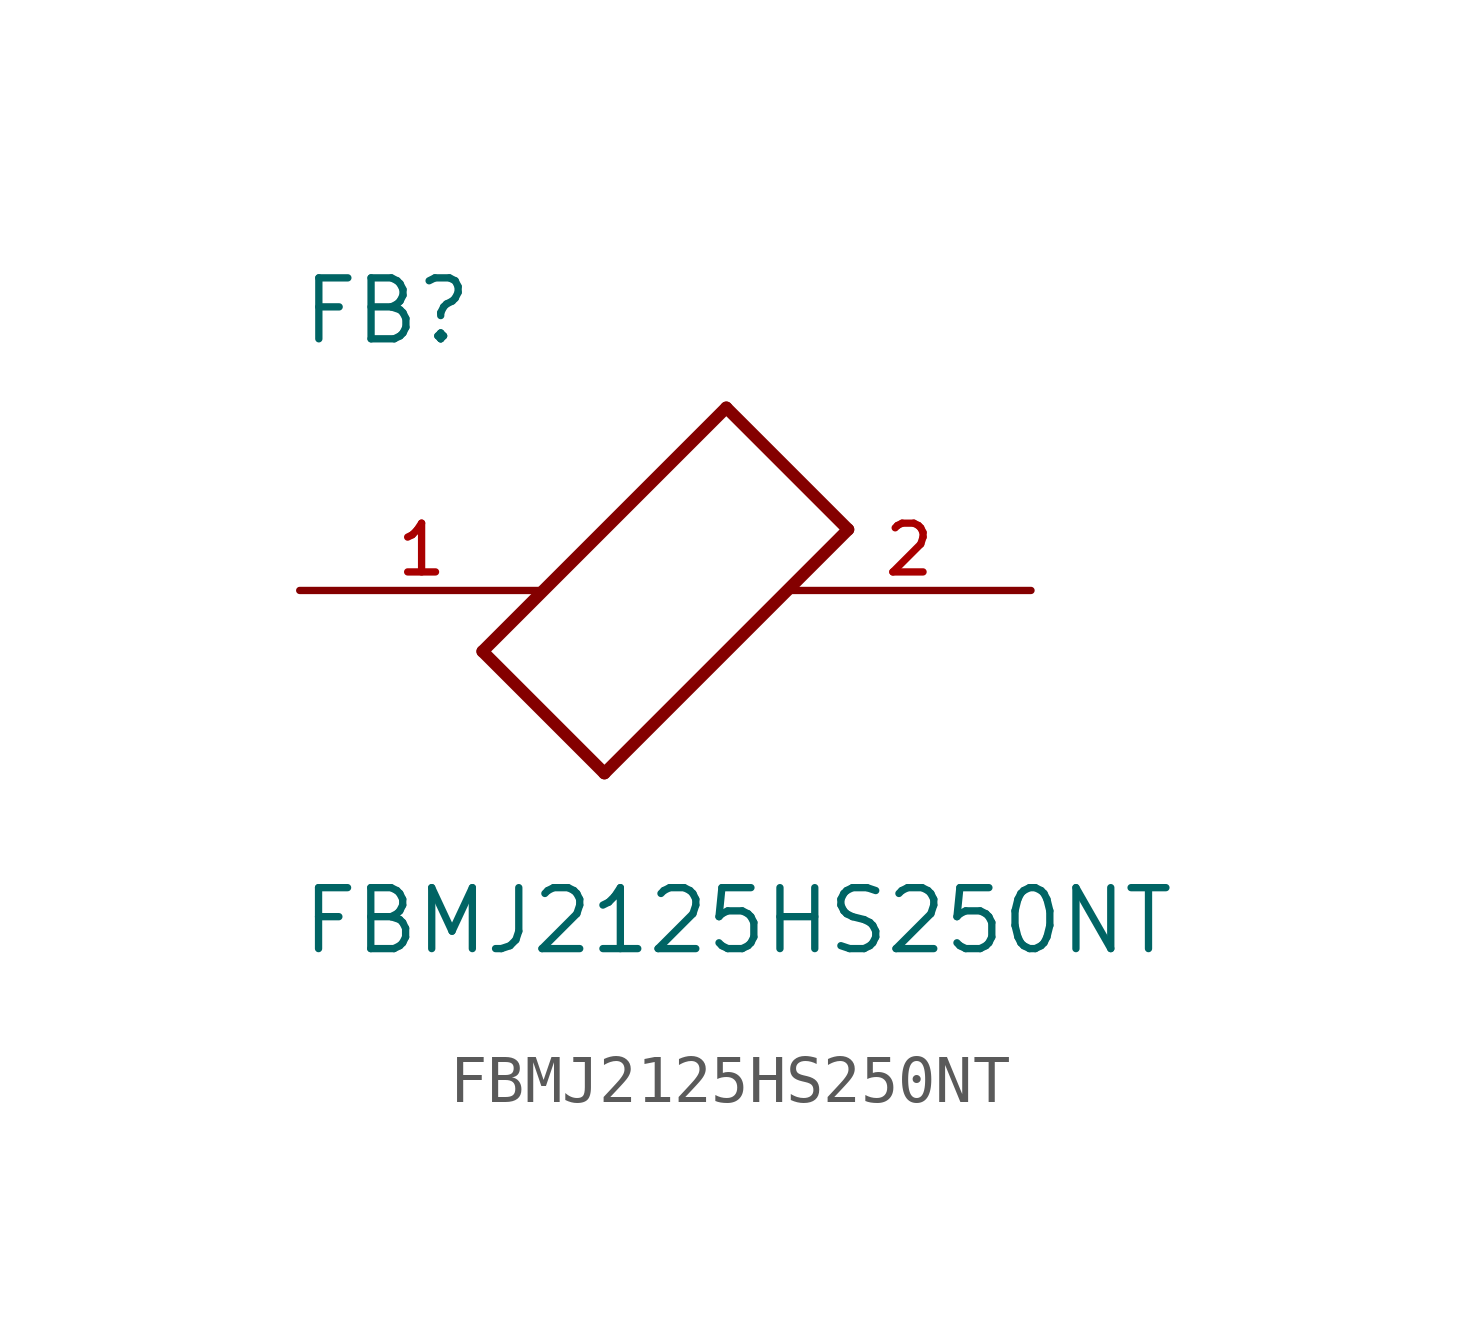
<source format=kicad_sym>
(kicad_symbol_lib
  (version 20211014)
  (generator kicad_symbol_editor)
  (symbol "FBMJ2125HS250NT"
    (pin_names
      (offset 1.016))
    (property "Reference" "FB"
      (at -7.624 5.081 0)
      (effects (font (size 1.27 1.27)) (justify bottom left)))
    (property "Value" "FBMJ2125HS250NT"
      (at -7.63 -7.627 0)
      (effects (font (size 1.27 1.27)) (justify bottom left)))
    (symbol "FBMJ2125HS250NT_0_0"
      (polyline (pts (xy -3.81 -1.27) (xy -1.27 -3.81)) (stroke (width 0.254)))
      (polyline (pts (xy -1.27 -3.81) (xy 3.81 1.27)) (stroke (width 0.254)))
      (polyline (pts (xy 3.81 1.27) (xy 1.27 3.81)) (stroke (width 0.254)))
      (polyline (pts (xy 1.27 3.81) (xy -3.81 -1.27)) (stroke (width 0.254)))
      (pin passive line (at 7.62 0.0 180.0) (length 5.08) (name "~" (effects (font (size 1.016 1.016)))) (number "2" (effects (font (size 1.016 1.016)))))
      (pin passive line (at -7.62 0.0 0) (length 5.08) (name "~" (effects (font (size 1.016 1.016)))) (number "1" (effects (font (size 1.016 1.016))))))))
</source>
